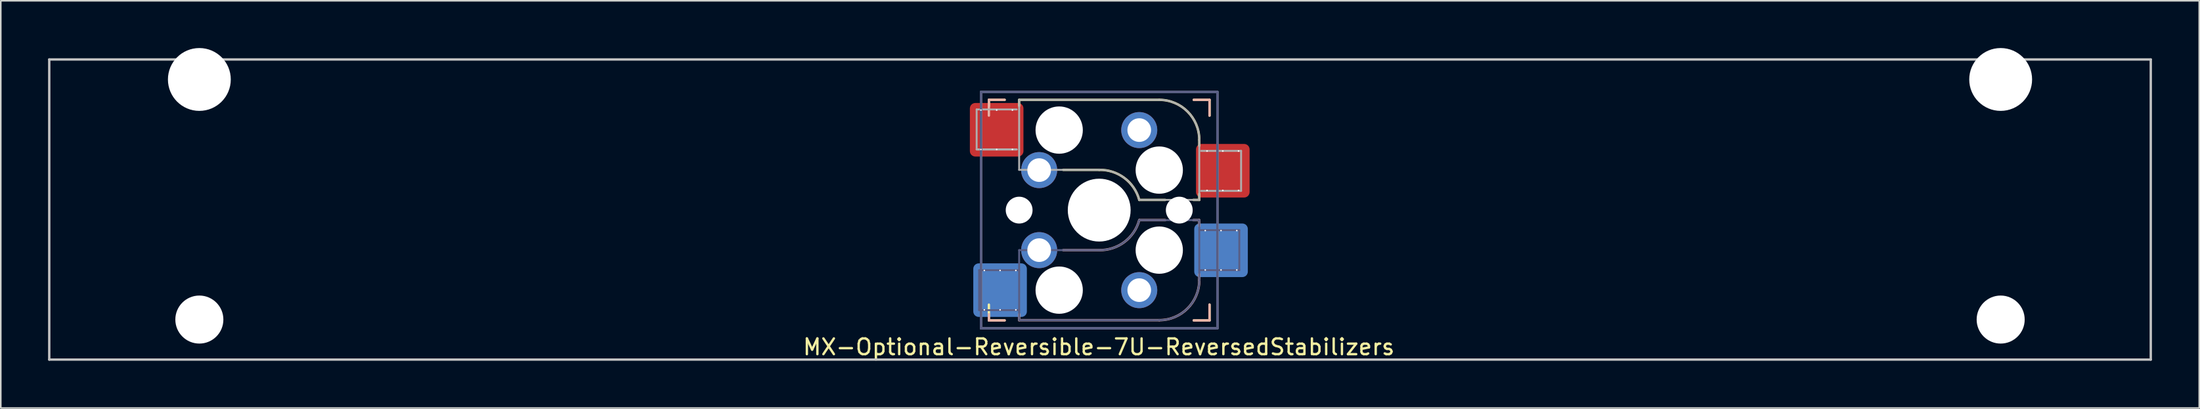
<source format=kicad_pcb>
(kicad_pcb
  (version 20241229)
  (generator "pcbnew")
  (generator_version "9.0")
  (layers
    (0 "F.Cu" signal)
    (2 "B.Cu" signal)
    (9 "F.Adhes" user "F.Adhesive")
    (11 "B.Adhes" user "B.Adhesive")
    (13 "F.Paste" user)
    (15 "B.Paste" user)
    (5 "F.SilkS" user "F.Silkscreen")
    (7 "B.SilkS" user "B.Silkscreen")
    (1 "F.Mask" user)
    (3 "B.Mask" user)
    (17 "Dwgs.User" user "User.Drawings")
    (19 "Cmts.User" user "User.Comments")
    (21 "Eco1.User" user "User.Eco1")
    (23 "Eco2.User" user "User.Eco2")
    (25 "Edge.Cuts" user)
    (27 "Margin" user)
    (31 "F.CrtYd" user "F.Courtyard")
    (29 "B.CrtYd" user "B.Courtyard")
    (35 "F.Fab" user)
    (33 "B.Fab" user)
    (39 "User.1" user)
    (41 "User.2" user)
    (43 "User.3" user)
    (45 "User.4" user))
  (footprint "MX-Optional-Reversible-7U-ReversedStabilizers"
    (layer "F.Cu")
    (at 66.75 10.249)
    (property "Reference" "MX-Optional-Reversible-7U-ReversedStabilizers" (at -0.077 8.726 180) (layer "F.SilkS") (effects (font (size 1 1) (thickness 0.15))))
    (attr smd)
    (fp_rect (start -8.258 -6.062) (end -4.858 -4.062) (stroke (width 0.1) (type solid)) (fill yes) (layer "F.Mask"))
    (fp_rect (start 6.092 -3.462) (end 9.492 -1.462) (stroke (width 0.1) (type solid)) (fill yes) (layer "F.Mask"))
    (fp_rect (start -8.041 4.118) (end -4.641 6.118) (stroke (width 0.1) (type solid)) (fill yes) (layer "B.Mask"))
    (fp_rect (start 5.979 1.588) (end 9.379 3.588) (stroke (width 0.1) (type solid)) (fill yes) (layer "B.Mask"))
    (fp_line (start -7.051 -6.962) (end -6.051 -6.962) (stroke (width 0.15) (type solid)) (layer "F.SilkS"))
    (fp_line (start -7.051 -6.566) (end -7.051 -6.962) (stroke (width 0.15) (type solid)) (layer "F.SilkS"))
    (fp_line (start -7.051 7.038) (end -7.051 6.038) (stroke (width 0.15) (type solid)) (layer "F.SilkS"))
    (fp_line (start -6.051 7.038) (end -7.051 7.038) (stroke (width 0.15) (type solid)) (layer "F.SilkS"))
    (fp_line (start -5.131 -6.581) (end -5.131 -6.962) (stroke (width 0.15) (type solid)) (layer "F.SilkS"))
    (fp_line (start -2.337 -2.517) (end -0.051 -2.517) (stroke (width 0.15) (type solid)) (layer "F.SilkS"))
    (fp_line (start 2.489 -0.612) (end 4.14 -0.612) (stroke (width 0.15) (type solid)) (layer "F.SilkS"))
    (fp_line (start 3.759 -6.962) (end -5.131 -6.962) (stroke (width 0.15) (type solid)) (layer "F.SilkS"))
    (fp_line (start 5.918 -0.612) (end 6.299 -0.612) (stroke (width 0.15) (type solid)) (layer "F.SilkS"))
    (fp_line (start 5.949 -6.962) (end 6.949 -6.962) (stroke (width 0.15) (type solid)) (layer "F.SilkS"))
    (fp_line (start 6.299 -4.041) (end 6.299 -4.422) (stroke (width 0.15) (type solid)) (layer "F.SilkS"))
    (fp_line (start 6.299 -0.612) (end 6.299 -0.993) (stroke (width 0.15) (type solid)) (layer "F.SilkS"))
    (fp_line (start 6.949 -6.962) (end 6.949 -5.962) (stroke (width 0.15) (type solid)) (layer "F.SilkS"))
    (fp_line (start 6.949 6.038) (end 6.949 7.038) (stroke (width 0.15) (type solid)) (layer "F.SilkS"))
    (fp_line (start 6.949 7.038) (end 5.949 7.038) (stroke (width 0.15) (type solid)) (layer "F.SilkS"))
    (fp_arc (start -0.05085 -2.51696) (mid 1.54712 -2.001754) (end 2.48915 -0.61196) (stroke (width 0.15) (type solid)) (layer "F.SilkS"))
    (fp_arc (start 3.75915 -6.96196) (mid 5.555201 -6.218011) (end 6.29915 -4.42196) (stroke (width 0.15) (type solid)) (layer "F.SilkS"))
    (fp_line (start -7.051 -6.962) (end -6.051 -6.962) (stroke (width 0.15) (type solid)) (layer "B.SilkS"))
    (fp_line (start -7.051 -5.962) (end -7.051 -6.962) (stroke (width 0.15) (type solid)) (layer "B.SilkS"))
    (fp_line (start -7.051 7.038) (end -7.051 6.642) (stroke (width 0.15) (type solid)) (layer "B.SilkS"))
    (fp_line (start -6.051 7.038) (end -7.051 7.038) (stroke (width 0.15) (type solid)) (layer "B.SilkS"))
    (fp_line (start -5.131 7.023) (end -5.131 6.642) (stroke (width 0.15) (type solid)) (layer "B.SilkS"))
    (fp_line (start -5.131 7.023) (end 3.759 7.023) (stroke (width 0.15) (type solid)) (layer "B.SilkS"))
    (fp_line (start -0.051 2.578) (end -2.337 2.578) (stroke (width 0.15) (type solid)) (layer "B.SilkS"))
    (fp_line (start 4.14 0.673) (end 2.489 0.673) (stroke (width 0.15) (type solid)) (layer "B.SilkS"))
    (fp_line (start 5.949 -6.962) (end 6.949 -6.962) (stroke (width 0.15) (type solid)) (layer "B.SilkS"))
    (fp_line (start 6.299 0.673) (end 5.918 0.673) (stroke (width 0.15) (type solid)) (layer "B.SilkS"))
    (fp_line (start 6.299 1.054) (end 6.299 0.673) (stroke (width 0.15) (type solid)) (layer "B.SilkS"))
    (fp_line (start 6.299 4.483) (end 6.299 4.102) (stroke (width 0.15) (type solid)) (layer "B.SilkS"))
    (fp_line (start 6.949 -6.962) (end 6.949 -5.962) (stroke (width 0.15) (type solid)) (layer "B.SilkS"))
    (fp_line (start 6.949 6.038) (end 6.949 7.038) (stroke (width 0.15) (type solid)) (layer "B.SilkS"))
    (fp_line (start 6.949 7.038) (end 5.949 7.038) (stroke (width 0.15) (type solid)) (layer "B.SilkS"))
    (fp_arc (start 2.48915 0.67304) (mid 1.547119 2.062831) (end -0.05085 2.57804) (stroke (width 0.15) (type solid)) (layer "B.SilkS"))
    (fp_arc (start 6.29915 4.48304) (mid 5.555201 6.279091) (end 3.75915 7.02304) (stroke (width 0.15) (type solid)) (layer "B.SilkS"))
    (fp_line (start -66.675 9.525) (end -66.675 -9.525) (stroke (width 0.15) (type solid)) (layer "Dwgs.User"))
    (fp_line (start 66.675 -9.525) (end -66.675 -9.525) (stroke (width 0.15) (type solid)) (layer "Dwgs.User"))
    (fp_line (start 66.675 9.525) (end -66.675 9.525) (stroke (width 0.15) (type solid)) (layer "Dwgs.User"))
    (fp_line (start 66.675 9.525) (end 66.675 -9.525) (stroke (width 0.15) (type solid)) (layer "Dwgs.User"))
    (fp_line (start -6.951 6.938) (end -6.951 -6.862) (stroke (width 0.15) (type solid)) (layer "Eco2.User"))
    (fp_line (start -6.951 6.938) (end 6.849 6.938) (stroke (width 0.15) (type solid)) (layer "Eco2.User"))
    (fp_line (start 6.849 -6.862) (end -6.951 -6.862) (stroke (width 0.15) (type solid)) (layer "Eco2.User"))
    (fp_line (start 6.849 -6.862) (end 6.849 6.938) (stroke (width 0.15) (type solid)) (layer "Eco2.User"))
    (fp_line (start -7.671 3.848) (end -7.671 6.388) (stroke (width 0.12) (type solid)) (layer "B.Fab"))
    (fp_line (start -7.671 6.388) (end -5.131 6.388) (stroke (width 0.12) (type solid)) (layer "B.Fab"))
    (fp_line (start -7.551 -7.462) (end 7.449 -7.462) (stroke (width 0.15) (type solid)) (layer "B.Fab"))
    (fp_line (start -7.551 7.538) (end -7.551 -7.462) (stroke (width 0.15) (type solid)) (layer "B.Fab"))
    (fp_line (start -5.131 2.578) (end -5.131 7.023) (stroke (width 0.12) (type solid)) (layer "B.Fab"))
    (fp_line (start -5.131 3.848) (end -7.671 3.848) (stroke (width 0.12) (type solid)) (layer "B.Fab"))
    (fp_line (start -5.131 7.023) (end 3.759 7.023) (stroke (width 0.12) (type solid)) (layer "B.Fab"))
    (fp_line (start -0.051 2.578) (end -5.131 2.578) (stroke (width 0.12) (type solid)) (layer "B.Fab"))
    (fp_line (start 6.299 0.673) (end 2.489 0.673) (stroke (width 0.12) (type solid)) (layer "B.Fab"))
    (fp_line (start 6.299 3.848) (end 8.839 3.848) (stroke (width 0.12) (type solid)) (layer "B.Fab"))
    (fp_line (start 6.299 4.483) (end 6.299 0.673) (stroke (width 0.12) (type solid)) (layer "B.Fab"))
    (fp_line (start 7.449 -7.462) (end 7.449 7.538) (stroke (width 0.15) (type solid)) (layer "B.Fab"))
    (fp_line (start 7.449 7.538) (end -7.551 7.538) (stroke (width 0.15) (type solid)) (layer "B.Fab"))
    (fp_line (start 8.839 1.308) (end 6.299 1.308) (stroke (width 0.12) (type solid)) (layer "B.Fab"))
    (fp_line (start 8.839 3.848) (end 8.839 1.308) (stroke (width 0.12) (type solid)) (layer "B.Fab"))
    (fp_arc (start 2.48915 0.67304) (mid 1.547119 2.062831) (end -0.05085 2.57804) (stroke (width 0.12) (type solid)) (layer "B.Fab"))
    (fp_arc (start 6.29915 4.48304) (mid 5.555201 6.279091) (end 3.75915 7.02304) (stroke (width 0.12) (type solid)) (layer "B.Fab"))
    (fp_line (start -7.828 -6.352) (end -7.828 -3.812) (stroke (width 0.12) (type solid)) (layer "F.Fab"))
    (fp_line (start -7.828 -3.812) (end -5.288 -3.812) (stroke (width 0.12) (type solid)) (layer "F.Fab"))
    (fp_line (start -7.828 -3.812) (end -5.288 -3.812) (stroke (width 0.12) (type solid)) (layer "F.Fab"))
    (fp_line (start -7.551 -7.462) (end 7.449 -7.462) (stroke (width 0.15) (type solid)) (layer "F.Fab"))
    (fp_line (start -7.551 7.538) (end -7.551 -7.462) (stroke (width 0.15) (type solid)) (layer "F.Fab"))
    (fp_line (start -5.288 -6.352) (end -7.828 -6.352) (stroke (width 0.12) (type solid)) (layer "F.Fab"))
    (fp_line (start -5.131 -6.962) (end -5.131 -2.517) (stroke (width 0.12) (type solid)) (layer "F.Fab"))
    (fp_line (start -5.131 -2.517) (end -0.051 -2.517) (stroke (width 0.12) (type solid)) (layer "F.Fab"))
    (fp_line (start 2.489 -0.612) (end 6.299 -0.612) (stroke (width 0.12) (type solid)) (layer "F.Fab"))
    (fp_line (start 3.759 -6.962) (end -5.131 -6.962) (stroke (width 0.12) (type solid)) (layer "F.Fab"))
    (fp_line (start 6.299 -0.612) (end 6.299 -4.422) (stroke (width 0.12) (type solid)) (layer "F.Fab"))
    (fp_line (start 6.412 -1.182) (end 8.952 -1.182) (stroke (width 0.12) (type solid)) (layer "F.Fab"))
    (fp_line (start 7.449 -7.462) (end 7.449 7.538) (stroke (width 0.15) (type solid)) (layer "F.Fab"))
    (fp_line (start 7.449 7.538) (end -7.551 7.538) (stroke (width 0.15) (type solid)) (layer "F.Fab"))
    (fp_line (start 8.952 -3.722) (end 6.412 -3.722) (stroke (width 0.12) (type solid)) (layer "F.Fab"))
    (fp_line (start 8.952 -1.182) (end 8.952 -3.722) (stroke (width 0.12) (type solid)) (layer "F.Fab"))
    (fp_arc (start -0.05085 -2.51696) (mid 1.547122 -2.001755) (end 2.48915 -0.61196) (stroke (width 0.12) (type solid)) (layer "F.Fab"))
    (fp_arc (start 3.75915 -6.96196) (mid 5.555201 -6.218011) (end 6.29915 -4.42196) (stroke (width 0.12) (type solid)) (layer "F.Fab"))
    (pad "" np_thru_hole circle (at -57.15 -8.255) (size 3.988 3.988) (drill 3.988) (layers "*.Cu" "*.Mask"))
    (pad "" np_thru_hole circle (at -57.15 6.985) (size 3.048 3.048) (drill 3.048) (layers "*.Cu" "*.Mask"))
    (pad "" np_thru_hole circle (at -5.131 0.038) (size 1.702 1.702) (drill 1.702) (layers "*.Cu" "*.Mask"))
    (pad "" np_thru_hole circle (at -2.591 -5.042) (size 3 3) (drill 3) (layers "*.Cu" "*.Mask"))
    (pad "" np_thru_hole circle (at -2.591 5.118) (size 3 3) (drill 3) (layers "*.Cu" "*.Mask"))
    (pad "" np_thru_hole circle (at -0.051 0.038) (size 3.988 3.988) (drill 3.988) (layers "*.Cu" "*.Mask"))
    (pad "" np_thru_hole circle (at 3.759 -2.502) (size 3 3) (drill 3) (layers "*.Cu" "*.Mask"))
    (pad "" np_thru_hole circle (at 3.759 2.578) (size 3 3) (drill 3) (layers "*.Cu" "*.Mask"))
    (pad "" np_thru_hole circle (at 5.029 0.038) (size 1.702 1.702) (drill 1.702) (layers "*.Cu" "*.Mask"))
    (pad "" np_thru_hole circle (at 57.15 -8.255) (size 3.988 3.988) (drill 3.988) (layers "*.Cu" "*.Mask"))
    (pad "" np_thru_hole circle (at 57.15 6.985) (size 3.048 3.048) (drill 3.048) (layers "*.Cu" "*.Mask"))
    (pad "1" thru_hole circle (at -7.558 -6.312 270) (size 0.1 0.1) (drill 0.3) (layers "*.Cu" "*.Mask"))
    (pad "1" thru_hole circle (at -7.558 -3.812 270) (size 0.1 0.1) (drill 0.3) (layers "*.Cu" "*.Mask"))
    (pad "1" thru_hole circle (at -7.341 3.868 270) (size 0.1 0.1) (drill 0.3) (layers "*.Cu" "*.Mask"))
    (pad "1" thru_hole circle (at -7.341 6.368 270) (size 0.1 0.1) (drill 0.3) (layers "*.Cu" "*.Mask"))
    (pad "1" thru_hole circle (at -6.558 -6.312 270) (size 0.1 0.1) (drill 0.3) (layers "*.Cu"))
    (pad "1" smd roundrect (at -6.558 -5.062 180) (size 3.4 3.4) (property pad_prop_bga) (layers "F.Cu" "F.Paste") (roundrect_rratio 0.1))
    (pad "1" thru_hole circle (at -6.558 -3.812 270) (size 0.1 0.1) (drill 0.3) (layers "*.Cu" "*.Mask"))
    (pad "1" thru_hole circle (at -6.341 3.868 270) (size 0.1 0.1) (drill 0.3) (layers "*.Cu"))
    (pad "1" smd roundrect (at -6.341 5.118) (size 3.4 3.4) (property pad_prop_bga) (layers "B.Cu" "B.Paste") (roundrect_rratio 0.1))
    (pad "1" thru_hole circle (at -6.341 6.368 270) (size 0.1 0.1) (drill 0.3) (layers "*.Cu" "*.Mask"))
    (pad "1" thru_hole circle (at -5.558 -6.312 270) (size 0.1 0.1) (drill 0.3) (layers "*.Cu"))
    (pad "1" thru_hole circle (at -5.558 -3.812 270) (size 0.1 0.1) (drill 0.3) (layers "*.Cu" "*.Mask"))
    (pad "1" thru_hole circle (at -5.341 3.868 270) (size 0.1 0.1) (drill 0.3) (layers "*.Cu"))
    (pad "1" thru_hole circle (at -5.341 6.368 270) (size 0.1 0.1) (drill 0.3) (layers "*.Cu" "*.Mask"))
    (pad "1" thru_hole circle (at -3.861 -2.502) (size 2.286 2.286) (drill 1.499) (layers "*.Cu" "*.Mask"))
    (pad "1" thru_hole circle (at -3.861 2.578) (size 2.286 2.286) (drill 1.499) (layers "*.Cu" "*.Mask"))
    (pad "2" thru_hole circle (at 2.489 -5.042) (size 2.286 2.286) (drill 1.499) (layers "*.Cu" "*.Mask"))
    (pad "2" thru_hole circle (at 2.489 5.118) (size 2.286 2.286) (drill 1.499) (layers "*.Cu" "*.Mask"))
    (pad "2" thru_hole circle (at 6.679 1.338 270) (size 0.1 0.1) (drill 0.3) (layers "*.Cu" "*.Mask"))
    (pad "2" thru_hole circle (at 6.679 3.838 270) (size 0.1 0.1) (drill 0.3) (layers "*.Cu" "*.Mask"))
    (pad "2" thru_hole circle (at 6.792 -3.712 270) (size 0.1 0.1) (drill 0.3) (layers "*.Cu" "*.Mask"))
    (pad "2" thru_hole circle (at 6.792 -1.212 270) (size 0.1 0.1) (drill 0.3) (layers "*.Cu" "*.Mask"))
    (pad "2" thru_hole circle (at 7.679 1.338 270) (size 0.1 0.1) (drill 0.3) (layers "*.Cu" "*.Mask"))
    (pad "2" smd roundrect (at 7.679 2.588) (size 3.4 3.4) (property pad_prop_bga) (layers "B.Cu" "B.Paste") (roundrect_rratio 0.1))
    (pad "2" thru_hole circle (at 7.679 3.838 270) (size 0.1 0.1) (drill 0.3) (layers "*.Cu"))
    (pad "2" thru_hole circle (at 7.792 -3.712 270) (size 0.1 0.1) (drill 0.3) (layers "*.Cu"))
    (pad "2" smd roundrect (at 7.792 -2.462 180) (size 3.4 3.4) (property pad_prop_bga) (layers "F.Cu" "F.Paste") (roundrect_rratio 0.1))
    (pad "2" thru_hole circle (at 7.792 -1.212 270) (size 0.1 0.1) (drill 0.3) (layers "*.Cu" "*.Mask"))
    (pad "2" thru_hole circle (at 8.679 1.338 270) (size 0.1 0.1) (drill 0.3) (layers "*.Cu" "*.Mask"))
    (pad "2" thru_hole circle (at 8.679 3.838 270) (size 0.1 0.1) (drill 0.3) (layers "*.Cu"))
    (pad "2" thru_hole circle (at 8.792 -3.712 270) (size 0.1 0.1) (drill 0.3) (layers "*.Cu"))
    (pad "2" thru_hole circle (at 8.792 -1.212 270) (size 0.1 0.1) (drill 0.3) (layers "*.Cu" "*.Mask")))
  (gr_rect
    (start -3 -3)
    (end 136.5 22.849)
    (stroke (width 0.1) (type default))
    (fill no)
    (layer "Edge.Cuts")))
</source>
